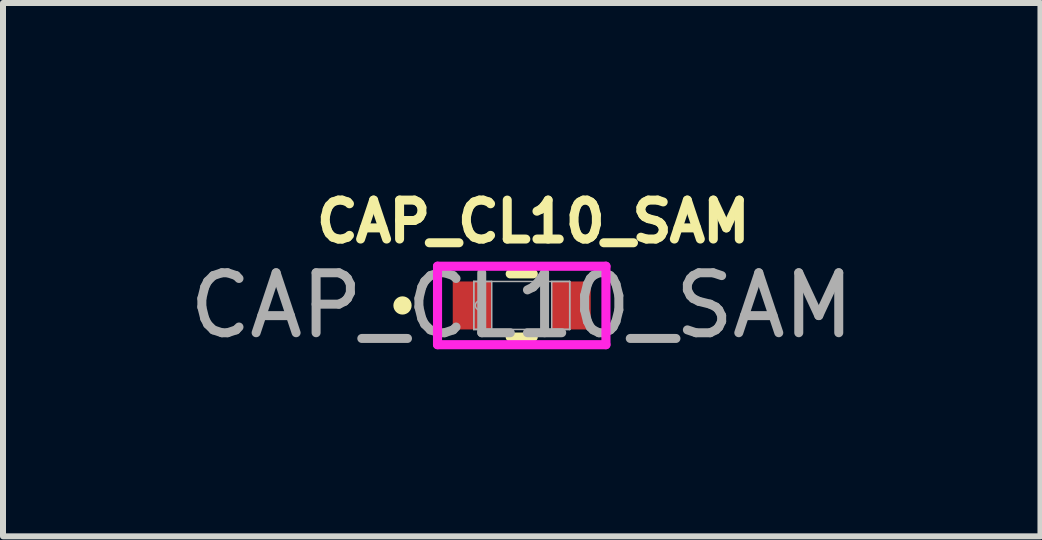
<source format=kicad_pcb>
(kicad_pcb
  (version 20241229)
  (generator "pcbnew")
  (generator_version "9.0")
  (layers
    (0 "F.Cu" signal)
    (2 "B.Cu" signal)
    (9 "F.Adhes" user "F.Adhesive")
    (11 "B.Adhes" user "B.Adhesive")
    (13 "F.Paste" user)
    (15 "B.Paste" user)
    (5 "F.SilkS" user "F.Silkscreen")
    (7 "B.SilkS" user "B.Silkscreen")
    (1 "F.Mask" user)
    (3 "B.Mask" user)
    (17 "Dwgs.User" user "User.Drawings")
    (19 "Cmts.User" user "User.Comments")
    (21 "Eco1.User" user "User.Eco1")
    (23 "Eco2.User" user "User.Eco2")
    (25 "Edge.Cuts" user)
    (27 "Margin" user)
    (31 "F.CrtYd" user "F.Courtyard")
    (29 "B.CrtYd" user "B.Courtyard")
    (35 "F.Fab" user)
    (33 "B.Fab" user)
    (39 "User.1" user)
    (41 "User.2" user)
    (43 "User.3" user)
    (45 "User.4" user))
  (footprint "CAP_CL10_SAM"
    (layer "F.Cu")
    (at 5.649 2.043)
    (property "Reference" "CAP_CL10_SAM" (at 0.192 -1.4 0) (unlocked yes) (layer "F.SilkS") (effects (font (size 0.65 0.65) (thickness 0.15))))
    (attr smd)
    (fp_line (start -0.192 0.527) (end 0.192 0.527) (stroke (width 0.152) (type solid)) (layer "F.SilkS"))
    (fp_line (start 0.192 -0.527) (end -0.192 -0.527) (stroke (width 0.152) (type solid)) (layer "F.SilkS"))
    (fp_circle (center -1.988 0) (end -1.912 0) (stroke (width 0.152) (type solid)) (fill no) (layer "F.SilkS"))
    (fp_line (start -1.404 -0.654) (end 1.404 -0.654) (stroke (width 0.152) (type solid)) (layer "F.CrtYd"))
    (fp_line (start -1.404 0.654) (end -1.404 -0.654) (stroke (width 0.152) (type solid)) (layer "F.CrtYd"))
    (fp_line (start 1.404 -0.654) (end 1.404 0.654) (stroke (width 0.152) (type solid)) (layer "F.CrtYd"))
    (fp_line (start 1.404 0.654) (end -1.404 0.654) (stroke (width 0.152) (type solid)) (layer "F.CrtYd"))
    (fp_line (start -0.8 -0.4) (end -0.8 0.4) (stroke (width 0.025) (type solid)) (layer "F.Fab"))
    (fp_line (start -0.8 -0.4) (end -0.8 0.4) (stroke (width 0.025) (type solid)) (layer "F.Fab"))
    (fp_line (start -0.8 0.4) (end -0.5 0.4) (stroke (width 0.025) (type solid)) (layer "F.Fab"))
    (fp_line (start -0.8 0.4) (end 0.8 0.4) (stroke (width 0.025) (type solid)) (layer "F.Fab"))
    (fp_line (start -0.5 -0.4) (end -0.8 -0.4) (stroke (width 0.025) (type solid)) (layer "F.Fab"))
    (fp_line (start -0.5 0.4) (end -0.5 -0.4) (stroke (width 0.025) (type solid)) (layer "F.Fab"))
    (fp_line (start 0.5 -0.4) (end 0.5 0.4) (stroke (width 0.025) (type solid)) (layer "F.Fab"))
    (fp_line (start 0.5 0.4) (end 0.8 0.4) (stroke (width 0.025) (type solid)) (layer "F.Fab"))
    (fp_line (start 0.8 -0.4) (end -0.8 -0.4) (stroke (width 0.025) (type solid)) (layer "F.Fab"))
    (fp_line (start 0.8 -0.4) (end 0.5 -0.4) (stroke (width 0.025) (type solid)) (layer "F.Fab"))
    (fp_line (start 0.8 0.4) (end 0.8 -0.4) (stroke (width 0.025) (type solid)) (layer "F.Fab"))
    (fp_line (start 0.8 0.4) (end 0.8 -0.4) (stroke (width 0.025) (type solid)) (layer "F.Fab"))
    (fp_circle (center -0.698 0) (end -0.622 0) (stroke (width 0.025) (type solid)) (fill no) (layer "F.Fab"))
    (fp_text user "${REFERENCE}" (at 0 0 0) (unlocked yes) (layer "F.Fab") (effects (font (size 1 1) (thickness 0.15))))
    (pad "1" smd rect (at -0.825 0) (size 0.65 0.8) (layers "F.Cu" "F.Mask" "F.Paste"))
    (pad "2" smd rect (at 0.825 0) (size 0.65 0.8) (layers "F.Cu" "F.Mask" "F.Paste"))
    (zone (net_name "") (layer "F.Cu") (hatch full 0.508) (connect_pads) (min_thickness 0.254) (filled_areas_thickness no) (keepout (tracks not_allowed) (vias not_allowed) (pads allowed) (copperpour not_allowed) (footprints allowed)) (placement (enabled no)) (fill) (polygon (pts (xy 5.2 1.694) (xy 6.098 1.694) (xy 6.098 2.393) (xy 5.2 2.393)))))
  (gr_rect
    (start -3 -3)
    (end 14.298 5.892)
    (stroke (width 0.1) (type default))
    (fill no)
    (layer "Edge.Cuts")))
</source>
